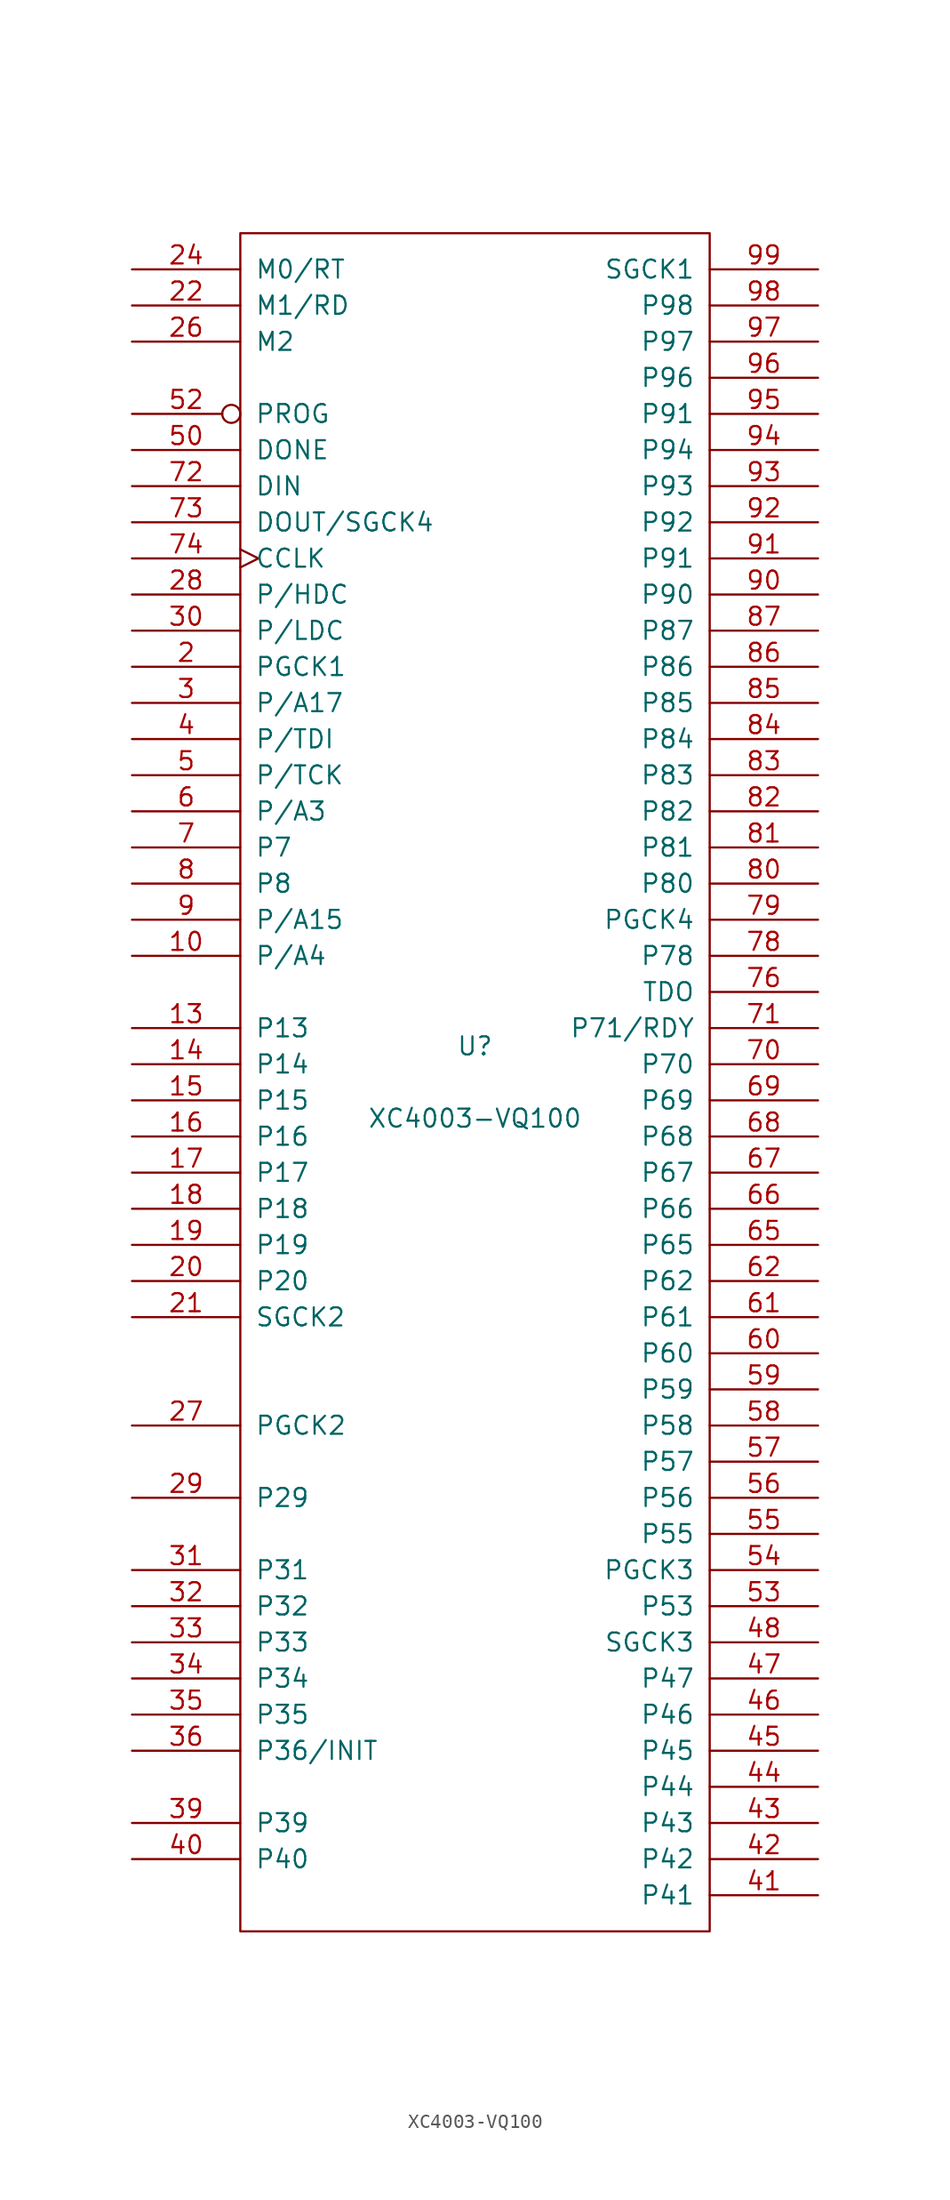
<source format=kicad_sym>
(kicad_symbol_lib
  (version 20201005)
  (generator kicad_symbol_editor)
  (symbol "FPGA_Xilinx:XC4003-VQ100"
    (pin_names
      (offset 1.016))
    (property "Reference" "U"
      (at 0 2.54 0)
      (effects (font (size 1.27 1.27))))
    (property "Value" "XC4003-VQ100"
      (at 0 -2.54 0)
      (effects (font (size 1.27 1.27))))
    (symbol "XC4003-VQ100_0_1"
      (rectangle (start -16.51 -59.69) (end 16.51 59.69) (stroke (width 0)) (fill (type none))))
    (symbol "XC4003-VQ100_1_1"
      (pin power_in line (at -13.97 -59.69 90) (length 0) hide (name "GND" (effects (font (size 1.27 1.27)))) (number "1" (effects (font (size 1.27 1.27)))))
      (pin passive line (at -24.13 8.89 0) (length 7.62) (name "P/A4" (effects (font (size 1.27 1.27)))) (number "10" (effects (font (size 1.27 1.27)))))
      (pin power_in line (at 3.81 59.69 270) (length 0) hide (name "VCC" (effects (font (size 1.27 1.27)))) (number "100" (effects (font (size 1.27 1.27)))))
      (pin power_in line (at -11.43 -59.69 90) (length 0) hide (name "GND" (effects (font (size 1.27 1.27)))) (number "11" (effects (font (size 1.27 1.27)))))
      (pin power_in line (at -13.97 59.69 270) (length 0) hide (name "VCC" (effects (font (size 1.27 1.27)))) (number "12" (effects (font (size 1.27 1.27)))))
      (pin bidirectional line (at -24.13 3.81 0) (length 7.62) (name "P13" (effects (font (size 1.27 1.27)))) (number "13" (effects (font (size 1.27 1.27)))))
      (pin passive line (at -24.13 1.27 0) (length 7.62) (name "P14" (effects (font (size 1.27 1.27)))) (number "14" (effects (font (size 1.27 1.27)))))
      (pin passive line (at -24.13 -1.27 0) (length 7.62) (name "P15" (effects (font (size 1.27 1.27)))) (number "15" (effects (font (size 1.27 1.27)))))
      (pin passive line (at -24.13 -3.81 0) (length 7.62) (name "P16" (effects (font (size 1.27 1.27)))) (number "16" (effects (font (size 1.27 1.27)))))
      (pin passive line (at -24.13 -6.35 0) (length 7.62) (name "P17" (effects (font (size 1.27 1.27)))) (number "17" (effects (font (size 1.27 1.27)))))
      (pin passive line (at -24.13 -8.89 0) (length 7.62) (name "P18" (effects (font (size 1.27 1.27)))) (number "18" (effects (font (size 1.27 1.27)))))
      (pin passive line (at -24.13 -11.43 0) (length 7.62) (name "P19" (effects (font (size 1.27 1.27)))) (number "19" (effects (font (size 1.27 1.27)))))
      (pin passive line (at -24.13 29.21 0) (length 7.62) (name "PGCK1" (effects (font (size 1.27 1.27)))) (number "2" (effects (font (size 1.27 1.27)))))
      (pin passive line (at -24.13 -13.97 0) (length 7.62) (name "P20" (effects (font (size 1.27 1.27)))) (number "20" (effects (font (size 1.27 1.27)))))
      (pin passive line (at -24.13 -16.51 0) (length 7.62) (name "SGCK2" (effects (font (size 1.27 1.27)))) (number "21" (effects (font (size 1.27 1.27)))))
      (pin input line (at -24.13 54.61 0) (length 7.62) (name "M1/RD" (effects (font (size 1.27 1.27)))) (number "22" (effects (font (size 1.27 1.27)))))
      (pin power_in line (at -8.89 -59.69 90) (length 0) hide (name "GND" (effects (font (size 1.27 1.27)))) (number "23" (effects (font (size 1.27 1.27)))))
      (pin input line (at -24.13 57.15 0) (length 7.62) (name "M0/RT" (effects (font (size 1.27 1.27)))) (number "24" (effects (font (size 1.27 1.27)))))
      (pin power_in line (at -11.43 59.69 270) (length 0) hide (name "VCC" (effects (font (size 1.27 1.27)))) (number "25" (effects (font (size 1.27 1.27)))))
      (pin passive line (at -24.13 52.07 0) (length 7.62) (name "M2" (effects (font (size 1.27 1.27)))) (number "26" (effects (font (size 1.27 1.27)))))
      (pin passive line (at -24.13 -24.13 0) (length 7.62) (name "PGCK2" (effects (font (size 1.27 1.27)))) (number "27" (effects (font (size 1.27 1.27)))))
      (pin passive line (at -24.13 34.29 0) (length 7.62) (name "P/HDC" (effects (font (size 1.27 1.27)))) (number "28" (effects (font (size 1.27 1.27)))))
      (pin passive line (at -24.13 -29.21 0) (length 7.62) (name "P29" (effects (font (size 1.27 1.27)))) (number "29" (effects (font (size 1.27 1.27)))))
      (pin passive line (at -24.13 26.67 0) (length 7.62) (name "P/A17" (effects (font (size 1.27 1.27)))) (number "3" (effects (font (size 1.27 1.27)))))
      (pin passive line (at -24.13 31.75 0) (length 7.62) (name "P/LDC" (effects (font (size 1.27 1.27)))) (number "30" (effects (font (size 1.27 1.27)))))
      (pin passive line (at -24.13 -34.29 0) (length 7.62) (name "P31" (effects (font (size 1.27 1.27)))) (number "31" (effects (font (size 1.27 1.27)))))
      (pin passive line (at -24.13 -36.83 0) (length 7.62) (name "P32" (effects (font (size 1.27 1.27)))) (number "32" (effects (font (size 1.27 1.27)))))
      (pin passive line (at -24.13 -39.37 0) (length 7.62) (name "P33" (effects (font (size 1.27 1.27)))) (number "33" (effects (font (size 1.27 1.27)))))
      (pin passive line (at -24.13 -41.91 0) (length 7.62) (name "P34" (effects (font (size 1.27 1.27)))) (number "34" (effects (font (size 1.27 1.27)))))
      (pin passive line (at -24.13 -44.45 0) (length 7.62) (name "P35" (effects (font (size 1.27 1.27)))) (number "35" (effects (font (size 1.27 1.27)))))
      (pin passive line (at -24.13 -46.99 0) (length 7.62) (name "P36/INIT" (effects (font (size 1.27 1.27)))) (number "36" (effects (font (size 1.27 1.27)))))
      (pin power_in line (at -8.89 59.69 270) (length 0) hide (name "VCC" (effects (font (size 1.27 1.27)))) (number "37" (effects (font (size 1.27 1.27)))))
      (pin power_in line (at -6.35 -59.69 90) (length 0) hide (name "GND" (effects (font (size 1.27 1.27)))) (number "38" (effects (font (size 1.27 1.27)))))
      (pin passive line (at -24.13 -52.07 0) (length 7.62) (name "P39" (effects (font (size 1.27 1.27)))) (number "39" (effects (font (size 1.27 1.27)))))
      (pin passive line (at -24.13 24.13 0) (length 7.62) (name "P/TDI" (effects (font (size 1.27 1.27)))) (number "4" (effects (font (size 1.27 1.27)))))
      (pin passive line (at -24.13 -54.61 0) (length 7.62) (name "P40" (effects (font (size 1.27 1.27)))) (number "40" (effects (font (size 1.27 1.27)))))
      (pin passive line (at 24.13 -57.15 180) (length 7.62) (name "P41" (effects (font (size 1.27 1.27)))) (number "41" (effects (font (size 1.27 1.27)))))
      (pin passive line (at 24.13 -54.61 180) (length 7.62) (name "P42" (effects (font (size 1.27 1.27)))) (number "42" (effects (font (size 1.27 1.27)))))
      (pin passive line (at 24.13 -52.07 180) (length 7.62) (name "P43" (effects (font (size 1.27 1.27)))) (number "43" (effects (font (size 1.27 1.27)))))
      (pin passive line (at 24.13 -49.53 180) (length 7.62) (name "P44" (effects (font (size 1.27 1.27)))) (number "44" (effects (font (size 1.27 1.27)))))
      (pin passive line (at 24.13 -46.99 180) (length 7.62) (name "P45" (effects (font (size 1.27 1.27)))) (number "45" (effects (font (size 1.27 1.27)))))
      (pin passive line (at 24.13 -44.45 180) (length 7.62) (name "P46" (effects (font (size 1.27 1.27)))) (number "46" (effects (font (size 1.27 1.27)))))
      (pin passive line (at 24.13 -41.91 180) (length 7.62) (name "P47" (effects (font (size 1.27 1.27)))) (number "47" (effects (font (size 1.27 1.27)))))
      (pin passive line (at 24.13 -39.37 180) (length 7.62) (name "SGCK3" (effects (font (size 1.27 1.27)))) (number "48" (effects (font (size 1.27 1.27)))))
      (pin power_in line (at -3.81 -59.69 90) (length 0) hide (name "GND" (effects (font (size 1.27 1.27)))) (number "49" (effects (font (size 1.27 1.27)))))
      (pin passive line (at -24.13 21.59 0) (length 7.62) (name "P/TCK" (effects (font (size 1.27 1.27)))) (number "5" (effects (font (size 1.27 1.27)))))
      (pin open_collector line (at -24.13 44.45 0) (length 7.62) (name "DONE" (effects (font (size 1.27 1.27)))) (number "50" (effects (font (size 1.27 1.27)))))
      (pin power_in line (at -6.35 59.69 270) (length 0) hide (name "VCC" (effects (font (size 1.27 1.27)))) (number "51" (effects (font (size 1.27 1.27)))))
      (pin input inverted (at -24.13 46.99 0) (length 7.62) (name "PROG" (effects (font (size 1.27 1.27)))) (number "52" (effects (font (size 1.27 1.27)))))
      (pin bidirectional line (at 24.13 -36.83 180) (length 7.62) (name "P53" (effects (font (size 1.27 1.27)))) (number "53" (effects (font (size 1.27 1.27)))))
      (pin bidirectional line (at 24.13 -34.29 180) (length 7.62) (name "PGCK3" (effects (font (size 1.27 1.27)))) (number "54" (effects (font (size 1.27 1.27)))))
      (pin passive line (at 24.13 -31.75 180) (length 7.62) (name "P55" (effects (font (size 1.27 1.27)))) (number "55" (effects (font (size 1.27 1.27)))))
      (pin bidirectional line (at 24.13 -29.21 180) (length 7.62) (name "P56" (effects (font (size 1.27 1.27)))) (number "56" (effects (font (size 1.27 1.27)))))
      (pin passive line (at 24.13 -26.67 180) (length 7.62) (name "P57" (effects (font (size 1.27 1.27)))) (number "57" (effects (font (size 1.27 1.27)))))
      (pin passive line (at 24.13 -24.13 180) (length 7.62) (name "P58" (effects (font (size 1.27 1.27)))) (number "58" (effects (font (size 1.27 1.27)))))
      (pin passive line (at 24.13 -21.59 180) (length 7.62) (name "P59" (effects (font (size 1.27 1.27)))) (number "59" (effects (font (size 1.27 1.27)))))
      (pin passive line (at -24.13 19.05 0) (length 7.62) (name "P/A3" (effects (font (size 1.27 1.27)))) (number "6" (effects (font (size 1.27 1.27)))))
      (pin passive line (at 24.13 -19.05 180) (length 7.62) (name "P60" (effects (font (size 1.27 1.27)))) (number "60" (effects (font (size 1.27 1.27)))))
      (pin passive line (at 24.13 -16.51 180) (length 7.62) (name "P61" (effects (font (size 1.27 1.27)))) (number "61" (effects (font (size 1.27 1.27)))))
      (pin passive line (at 24.13 -13.97 180) (length 7.62) (name "P62" (effects (font (size 1.27 1.27)))) (number "62" (effects (font (size 1.27 1.27)))))
      (pin power_in line (at -3.81 59.69 270) (length 0) hide (name "VCC" (effects (font (size 1.27 1.27)))) (number "63" (effects (font (size 1.27 1.27)))))
      (pin power_in line (at -1.27 -59.69 90) (length 0) hide (name "GND" (effects (font (size 1.27 1.27)))) (number "64" (effects (font (size 1.27 1.27)))))
      (pin passive line (at 24.13 -11.43 180) (length 7.62) (name "P65" (effects (font (size 1.27 1.27)))) (number "65" (effects (font (size 1.27 1.27)))))
      (pin passive line (at 24.13 -8.89 180) (length 7.62) (name "P66" (effects (font (size 1.27 1.27)))) (number "66" (effects (font (size 1.27 1.27)))))
      (pin passive line (at 24.13 -6.35 180) (length 7.62) (name "P67" (effects (font (size 1.27 1.27)))) (number "67" (effects (font (size 1.27 1.27)))))
      (pin passive line (at 24.13 -3.81 180) (length 7.62) (name "P68" (effects (font (size 1.27 1.27)))) (number "68" (effects (font (size 1.27 1.27)))))
      (pin passive line (at 24.13 -1.27 180) (length 7.62) (name "P69" (effects (font (size 1.27 1.27)))) (number "69" (effects (font (size 1.27 1.27)))))
      (pin passive line (at -24.13 16.51 0) (length 7.62) (name "P7" (effects (font (size 1.27 1.27)))) (number "7" (effects (font (size 1.27 1.27)))))
      (pin passive line (at 24.13 1.27 180) (length 7.62) (name "P70" (effects (font (size 1.27 1.27)))) (number "70" (effects (font (size 1.27 1.27)))))
      (pin passive line (at 24.13 3.81 180) (length 7.62) (name "P71/RDY" (effects (font (size 1.27 1.27)))) (number "71" (effects (font (size 1.27 1.27)))))
      (pin passive line (at -24.13 41.91 0) (length 7.62) (name "DIN" (effects (font (size 1.27 1.27)))) (number "72" (effects (font (size 1.27 1.27)))))
      (pin passive line (at -24.13 39.37 0) (length 7.62) (name "DOUT/SGCK4" (effects (font (size 1.27 1.27)))) (number "73" (effects (font (size 1.27 1.27)))))
      (pin input clock (at -24.13 36.83 0) (length 7.62) (name "CCLK" (effects (font (size 1.27 1.27)))) (number "74" (effects (font (size 1.27 1.27)))))
      (pin power_in line (at -1.27 59.69 270) (length 0) hide (name "VCC" (effects (font (size 1.27 1.27)))) (number "75" (effects (font (size 1.27 1.27)))))
      (pin output line (at 24.13 6.35 180) (length 7.62) (name "TDO" (effects (font (size 1.27 1.27)))) (number "76" (effects (font (size 1.27 1.27)))))
      (pin power_in line (at 1.27 -59.69 90) (length 0) hide (name "GND" (effects (font (size 1.27 1.27)))) (number "77" (effects (font (size 1.27 1.27)))))
      (pin passive line (at 24.13 8.89 180) (length 7.62) (name "P78" (effects (font (size 1.27 1.27)))) (number "78" (effects (font (size 1.27 1.27)))))
      (pin passive line (at 24.13 11.43 180) (length 7.62) (name "PGCK4" (effects (font (size 1.27 1.27)))) (number "79" (effects (font (size 1.27 1.27)))))
      (pin passive line (at -24.13 13.97 0) (length 7.62) (name "P8" (effects (font (size 1.27 1.27)))) (number "8" (effects (font (size 1.27 1.27)))))
      (pin passive line (at 24.13 13.97 180) (length 7.62) (name "P80" (effects (font (size 1.27 1.27)))) (number "80" (effects (font (size 1.27 1.27)))))
      (pin passive line (at 24.13 16.51 180) (length 7.62) (name "P81" (effects (font (size 1.27 1.27)))) (number "81" (effects (font (size 1.27 1.27)))))
      (pin passive line (at 24.13 19.05 180) (length 7.62) (name "P82" (effects (font (size 1.27 1.27)))) (number "82" (effects (font (size 1.27 1.27)))))
      (pin passive line (at 24.13 21.59 180) (length 7.62) (name "P83" (effects (font (size 1.27 1.27)))) (number "83" (effects (font (size 1.27 1.27)))))
      (pin passive line (at 24.13 24.13 180) (length 7.62) (name "P84" (effects (font (size 1.27 1.27)))) (number "84" (effects (font (size 1.27 1.27)))))
      (pin passive line (at 24.13 26.67 180) (length 7.62) (name "P85" (effects (font (size 1.27 1.27)))) (number "85" (effects (font (size 1.27 1.27)))))
      (pin passive line (at 24.13 29.21 180) (length 7.62) (name "P86" (effects (font (size 1.27 1.27)))) (number "86" (effects (font (size 1.27 1.27)))))
      (pin passive line (at 24.13 31.75 180) (length 7.62) (name "P87" (effects (font (size 1.27 1.27)))) (number "87" (effects (font (size 1.27 1.27)))))
      (pin power_in line (at 3.81 -59.69 90) (length 0) hide (name "GND" (effects (font (size 1.27 1.27)))) (number "88" (effects (font (size 1.27 1.27)))))
      (pin power_in line (at 1.27 59.69 270) (length 0) hide (name "VCC" (effects (font (size 1.27 1.27)))) (number "89" (effects (font (size 1.27 1.27)))))
      (pin passive line (at -24.13 11.43 0) (length 7.62) (name "P/A15" (effects (font (size 1.27 1.27)))) (number "9" (effects (font (size 1.27 1.27)))))
      (pin bidirectional line (at 24.13 34.29 180) (length 7.62) (name "P90" (effects (font (size 1.27 1.27)))) (number "90" (effects (font (size 1.27 1.27)))))
      (pin passive line (at 24.13 36.83 180) (length 7.62) (name "P91" (effects (font (size 1.27 1.27)))) (number "91" (effects (font (size 1.27 1.27)))))
      (pin passive line (at 24.13 39.37 180) (length 7.62) (name "P92" (effects (font (size 1.27 1.27)))) (number "92" (effects (font (size 1.27 1.27)))))
      (pin passive line (at 24.13 41.91 180) (length 7.62) (name "P93" (effects (font (size 1.27 1.27)))) (number "93" (effects (font (size 1.27 1.27)))))
      (pin passive line (at 24.13 44.45 180) (length 7.62) (name "P94" (effects (font (size 1.27 1.27)))) (number "94" (effects (font (size 1.27 1.27)))))
      (pin passive line (at 24.13 46.99 180) (length 7.62) (name "P91" (effects (font (size 1.27 1.27)))) (number "95" (effects (font (size 1.27 1.27)))))
      (pin passive line (at 24.13 49.53 180) (length 7.62) (name "P96" (effects (font (size 1.27 1.27)))) (number "96" (effects (font (size 1.27 1.27)))))
      (pin passive line (at 24.13 52.07 180) (length 7.62) (name "P97" (effects (font (size 1.27 1.27)))) (number "97" (effects (font (size 1.27 1.27)))))
      (pin bidirectional line (at 24.13 54.61 180) (length 7.62) (name "P98" (effects (font (size 1.27 1.27)))) (number "98" (effects (font (size 1.27 1.27)))))
      (pin bidirectional line (at 24.13 57.15 180) (length 7.62) (name "SGCK1" (effects (font (size 1.27 1.27)))) (number "99" (effects (font (size 1.27 1.27))))))))
</source>
